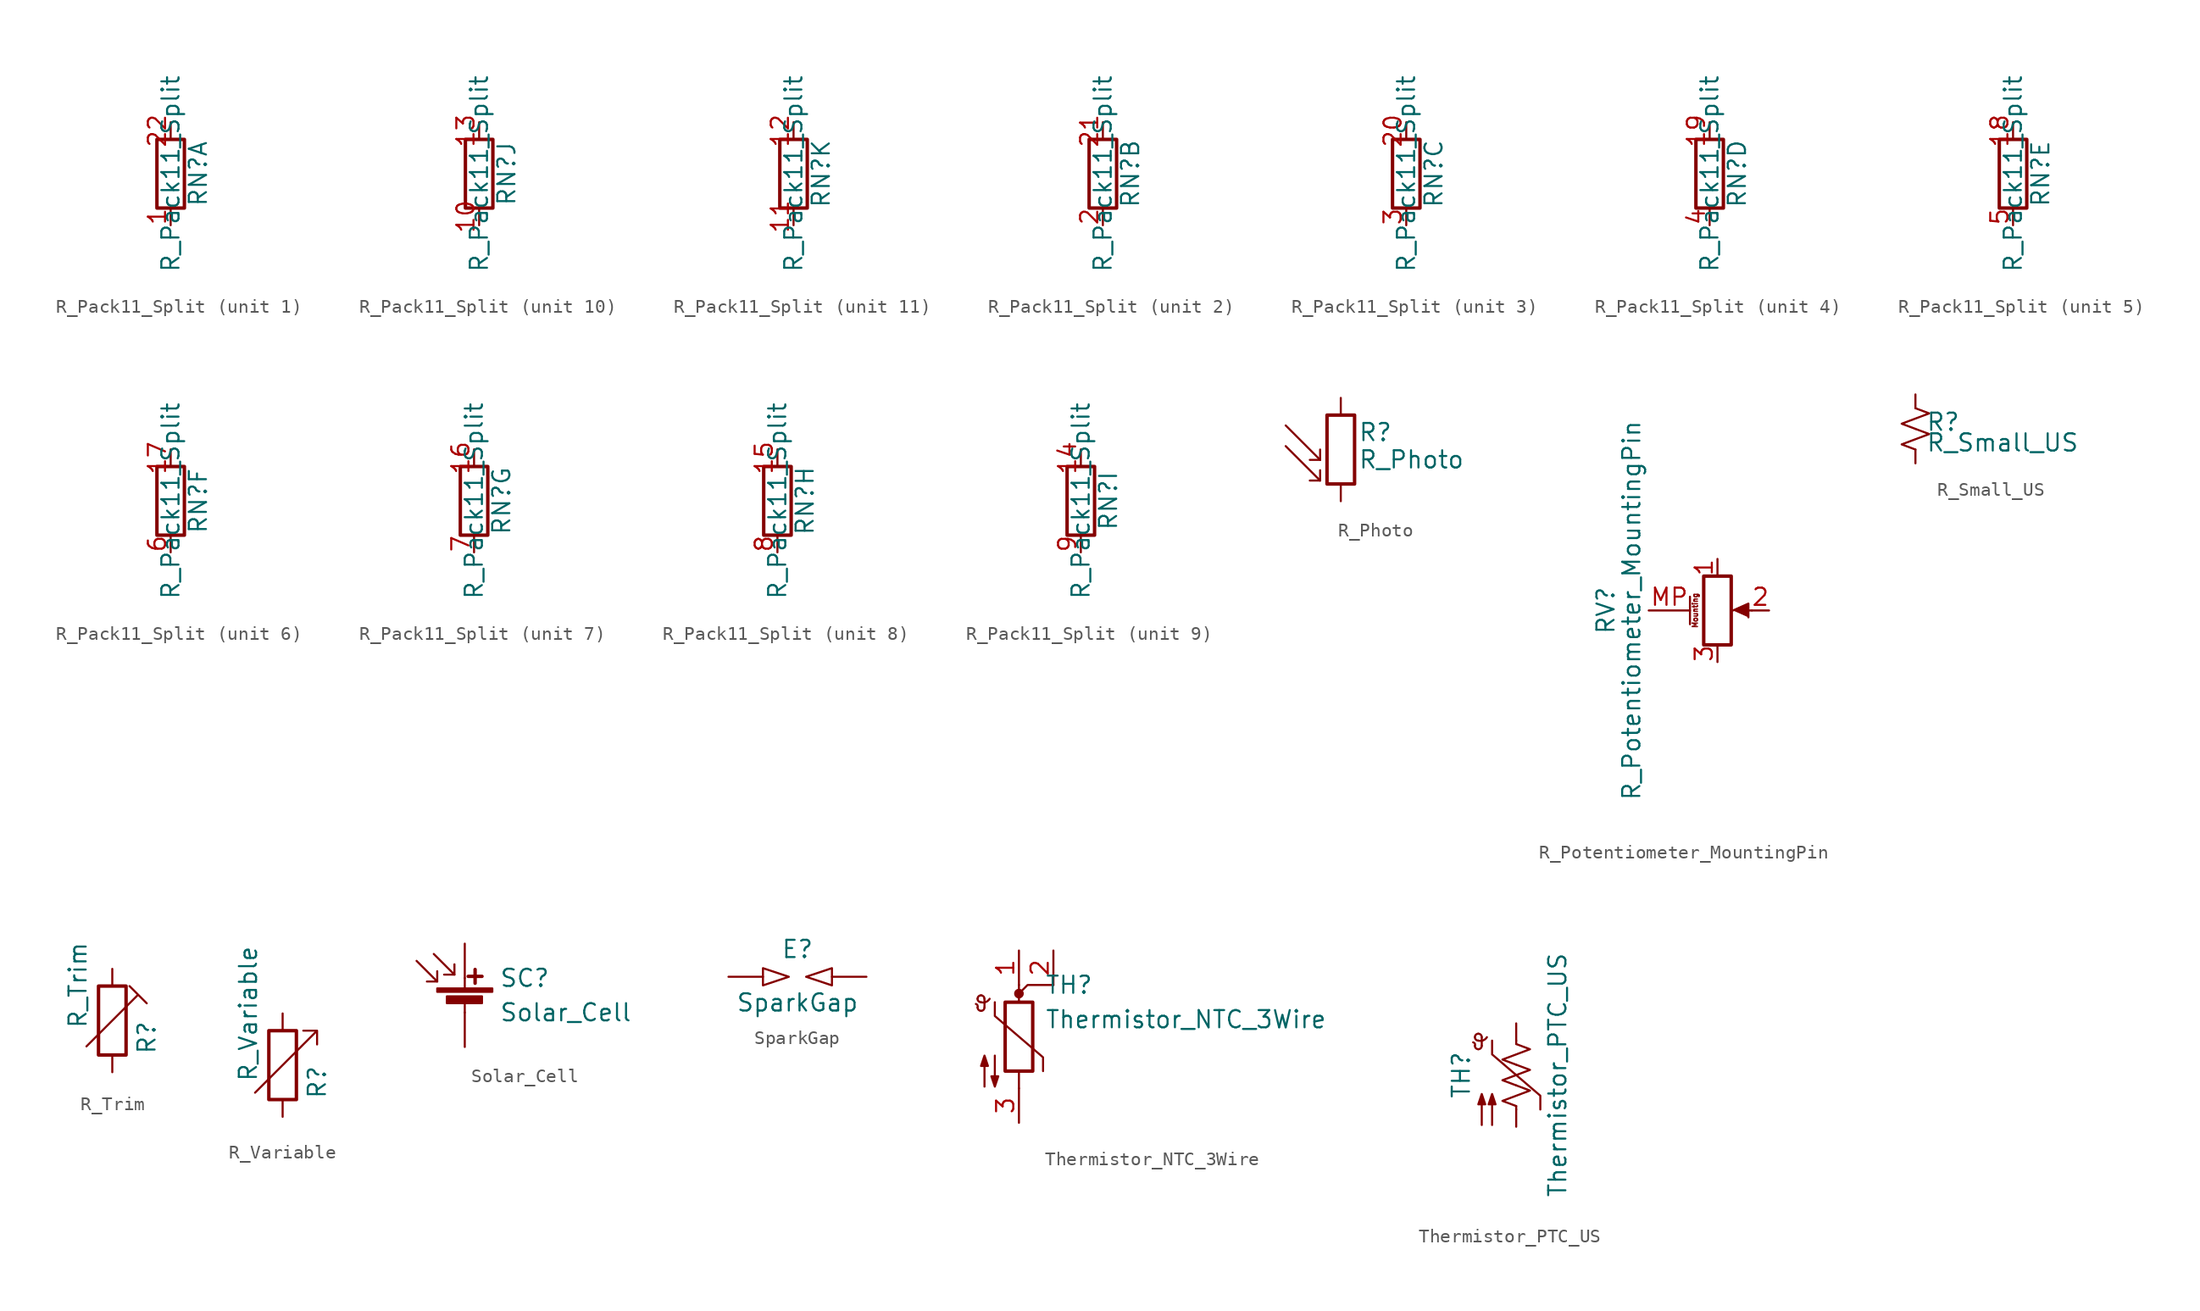
<source format=kicad_sym>
(kicad_symbol_lib
  (version 20211014)
  (generator kicad_symbol_editor)
  (symbol "R_Pack11_Split"
    (pin_names
      (offset 0) hide)
    (property "Reference" "RN"
      (at 2.032 0 90)
      (effects (font (size 1.27 1.27))))
    (property "Value" "R_Pack11_Split"
      (at 0 0 90)
      (effects (font (size 1.27 1.27))))
    (symbol "R_Pack11_Split_0_1"
      (rectangle (start 1.016 2.54) (end -1.016 -2.54) (stroke (width 0.254) (type default) (color 0 0 0 0)) (fill (type none))))
    (symbol "R_Pack11_Split_1_1"
      (pin passive line (at 0 -3.81 90) (length 1.27) (name "R1.1" (effects (font (size 1.27 1.27)))) (number "1" (effects (font (size 1.27 1.27)))))
      (pin passive line (at 0 3.81 270) (length 1.27) (name "R1.2" (effects (font (size 1.27 1.27)))) (number "22" (effects (font (size 1.27 1.27))))))
    (symbol "R_Pack11_Split_2_1"
      (pin passive line (at 0 -3.81 90) (length 1.27) (name "R2.1" (effects (font (size 1.27 1.27)))) (number "2" (effects (font (size 1.27 1.27)))))
      (pin passive line (at 0 3.81 270) (length 1.27) (name "R2.2" (effects (font (size 1.27 1.27)))) (number "21" (effects (font (size 1.27 1.27))))))
    (symbol "R_Pack11_Split_3_1"
      (pin passive line (at 0 3.81 270) (length 1.27) (name "R3.2" (effects (font (size 1.27 1.27)))) (number "20" (effects (font (size 1.27 1.27)))))
      (pin passive line (at 0 -3.81 90) (length 1.27) (name "R3.1" (effects (font (size 1.27 1.27)))) (number "3" (effects (font (size 1.27 1.27))))))
    (symbol "R_Pack11_Split_4_1"
      (pin passive line (at 0 3.81 270) (length 1.27) (name "R4.2" (effects (font (size 1.27 1.27)))) (number "19" (effects (font (size 1.27 1.27)))))
      (pin passive line (at 0 -3.81 90) (length 1.27) (name "R4.1" (effects (font (size 1.27 1.27)))) (number "4" (effects (font (size 1.27 1.27))))))
    (symbol "R_Pack11_Split_5_1"
      (pin passive line (at 0 3.81 270) (length 1.27) (name "R5.2" (effects (font (size 1.27 1.27)))) (number "18" (effects (font (size 1.27 1.27)))))
      (pin passive line (at 0 -3.81 90) (length 1.27) (name "R5.1" (effects (font (size 1.27 1.27)))) (number "5" (effects (font (size 1.27 1.27))))))
    (symbol "R_Pack11_Split_6_1"
      (pin passive line (at 0 3.81 270) (length 1.27) (name "R6.2" (effects (font (size 1.27 1.27)))) (number "17" (effects (font (size 1.27 1.27)))))
      (pin passive line (at 0 -3.81 90) (length 1.27) (name "R6.1" (effects (font (size 1.27 1.27)))) (number "6" (effects (font (size 1.27 1.27))))))
    (symbol "R_Pack11_Split_7_1"
      (pin passive line (at 0 3.81 270) (length 1.27) (name "R7.2" (effects (font (size 1.27 1.27)))) (number "16" (effects (font (size 1.27 1.27)))))
      (pin passive line (at 0 -3.81 90) (length 1.27) (name "R7.1" (effects (font (size 1.27 1.27)))) (number "7" (effects (font (size 1.27 1.27))))))
    (symbol "R_Pack11_Split_8_1"
      (pin passive line (at 0 3.81 270) (length 1.27) (name "R8.2" (effects (font (size 1.27 1.27)))) (number "15" (effects (font (size 1.27 1.27)))))
      (pin passive line (at 0 -3.81 90) (length 1.27) (name "R8.1" (effects (font (size 1.27 1.27)))) (number "8" (effects (font (size 1.27 1.27))))))
    (symbol "R_Pack11_Split_9_1"
      (pin passive line (at 0 3.81 270) (length 1.27) (name "R9.2" (effects (font (size 1.27 1.27)))) (number "14" (effects (font (size 1.27 1.27)))))
      (pin passive line (at 0 -3.81 90) (length 1.27) (name "R9.1" (effects (font (size 1.27 1.27)))) (number "9" (effects (font (size 1.27 1.27))))))
    (symbol "R_Pack11_Split_10_1"
      (pin passive line (at 0 -3.81 90) (length 1.27) (name "R10.1" (effects (font (size 1.27 1.27)))) (number "10" (effects (font (size 1.27 1.27)))))
      (pin passive line (at 0 3.81 270) (length 1.27) (name "R10.2" (effects (font (size 1.27 1.27)))) (number "13" (effects (font (size 1.27 1.27))))))
    (symbol "R_Pack11_Split_11_1"
      (pin passive line (at 0 -3.81 90) (length 1.27) (name "R11.1" (effects (font (size 1.27 1.27)))) (number "11" (effects (font (size 1.27 1.27)))))
      (pin passive line (at 0 3.81 270) (length 1.27) (name "R11.2" (effects (font (size 1.27 1.27)))) (number "12" (effects (font (size 1.27 1.27)))))))
  (symbol "R_Photo"
    (pin_numbers hide)
    (pin_names
      (offset 0))
    (property "Reference" "R"
      (at 1.27 1.27 0)
      (effects (font (size 1.27 1.27)) (justify left)))
    (property "Value" "R_Photo"
      (at 1.27 0 0)
      (effects (font (size 1.27 1.27)) (justify left top)))
    (symbol "R_Photo_0_1"
      (rectangle (start -1.016 2.54) (end 1.016 -2.54) (stroke (width 0.254) (type default) (color 0 0 0 0)) (fill (type none)))
      (polyline (pts (xy -1.524 -2.286) (xy -4.064 0.254)) (stroke (width 0) (type default) (color 0 0 0 0)) (fill (type none)))
      (polyline (pts (xy -1.524 -2.286) (xy -2.286 -2.286)) (stroke (width 0) (type default) (color 0 0 0 0)) (fill (type none)))
      (polyline (pts (xy -1.524 -2.286) (xy -1.524 -1.524)) (stroke (width 0) (type default) (color 0 0 0 0)) (fill (type none)))
      (polyline (pts (xy -1.524 -0.762) (xy -4.064 1.778)) (stroke (width 0) (type default) (color 0 0 0 0)) (fill (type none)))
      (polyline (pts (xy -1.524 -0.762) (xy -2.286 -0.762)) (stroke (width 0) (type default) (color 0 0 0 0)) (fill (type none)))
      (polyline (pts (xy -1.524 -0.762) (xy -1.524 0)) (stroke (width 0) (type default) (color 0 0 0 0)) (fill (type none))))
    (symbol "R_Photo_1_1"
      (pin passive line (at 0 3.81 270) (length 1.27) (name "~" (effects (font (size 1.27 1.27)))) (number "1" (effects (font (size 1.27 1.27)))))
      (pin passive line (at 0 -3.81 90) (length 1.27) (name "~" (effects (font (size 1.27 1.27)))) (number "2" (effects (font (size 1.27 1.27)))))))
  (symbol "R_Potentiometer_MountingPin"
    (pin_names
      (offset 1.016) hide)
    (property "Reference" "RV"
      (at -8.255 0 90)
      (effects (font (size 1.27 1.27))))
    (property "Value" "R_Potentiometer_MountingPin"
      (at -6.35 0 90)
      (effects (font (size 1.27 1.27))))
    (symbol "R_Potentiometer_MountingPin_0_1"
      (polyline (pts (xy 2.54 0) (xy 1.524 0)) (stroke (width 0) (type default) (color 0 0 0 0)) (fill (type none)))
      (polyline (pts (xy 1.143 0) (xy 2.286 0.508) (xy 2.286 -0.508)) (stroke (width 0) (type default) (color 0 0 0 0)) (fill (type outline)))
      (rectangle (start 1.016 2.54) (end -1.016 -2.54) (stroke (width 0.254) (type default) (color 0 0 0 0)) (fill (type none))))
    (symbol "R_Potentiometer_MountingPin_1_1"
      (polyline (pts (xy -2.032 1.016) (xy -2.032 -1.016)) (stroke (width 0.152) (type default) (color 0 0 0 0)) (fill (type none)))
      (text "Mounting" (at -1.651 0 900) (effects (font (size 0.381 0.381))))
      (pin passive line (at 0 3.81 270) (length 1.27) (name "1" (effects (font (size 1.27 1.27)))) (number "1" (effects (font (size 1.27 1.27)))))
      (pin passive line (at 3.81 0 180) (length 1.27) (name "2" (effects (font (size 1.27 1.27)))) (number "2" (effects (font (size 1.27 1.27)))))
      (pin passive line (at 0 -3.81 90) (length 1.27) (name "3" (effects (font (size 1.27 1.27)))) (number "3" (effects (font (size 1.27 1.27)))))
      (pin passive line (at -5.08 0 0) (length 3.048) (name "MountPin" (effects (font (size 1.27 1.27)))) (number "MP" (effects (font (size 1.27 1.27)))))))
  (symbol "R_Small_US"
    (pin_numbers hide)
    (pin_names
      (offset 0.254) hide)
    (property "Reference" "R"
      (at 0.762 0.508 0)
      (effects (font (size 1.27 1.27)) (justify left)))
    (property "Value" "R_Small_US"
      (at 0.762 -1.016 0)
      (effects (font (size 1.27 1.27)) (justify left)))
    (symbol "R_Small_US_1_1"
      (polyline (pts (xy 0 0) (xy 1.016 -0.381) (xy 0 -0.762) (xy -1.016 -1.143) (xy 0 -1.524)) (stroke (width 0) (type default) (color 0 0 0 0)) (fill (type none)))
      (polyline (pts (xy 0 1.524) (xy 1.016 1.143) (xy 0 0.762) (xy -1.016 0.381) (xy 0 0)) (stroke (width 0) (type default) (color 0 0 0 0)) (fill (type none)))
      (pin passive line (at 0 2.54 270) (length 1.016) (name "~" (effects (font (size 1.27 1.27)))) (number "1" (effects (font (size 1.27 1.27)))))
      (pin passive line (at 0 -2.54 90) (length 1.016) (name "~" (effects (font (size 1.27 1.27)))) (number "2" (effects (font (size 1.27 1.27)))))))
  (symbol "R_Trim"
    (pin_numbers hide)
    (pin_names
      (offset 0))
    (property "Reference" "R"
      (at 2.54 -2.54 90)
      (effects (font (size 1.27 1.27)) (justify left)))
    (property "Value" "R_Trim"
      (at -2.54 -0.635 90)
      (effects (font (size 1.27 1.27)) (justify left)))
    (symbol "R_Trim_0_1"
      (rectangle (start -1.016 -2.54) (end 1.016 2.54) (stroke (width 0.254) (type default) (color 0 0 0 0)) (fill (type none)))
      (polyline (pts (xy -1.905 -1.905) (xy 1.905 1.905) (xy 2.54 1.27) (xy 1.27 2.54)) (stroke (width 0) (type default) (color 0 0 0 0)) (fill (type none))))
    (symbol "R_Trim_1_1"
      (pin passive line (at 0 3.81 270) (length 1.27) (name "~" (effects (font (size 1.27 1.27)))) (number "1" (effects (font (size 1.27 1.27)))))
      (pin passive line (at 0 -3.81 90) (length 1.27) (name "~" (effects (font (size 1.27 1.27)))) (number "2" (effects (font (size 1.27 1.27)))))))
  (symbol "R_Variable"
    (pin_numbers hide)
    (pin_names
      (offset 0))
    (property "Reference" "R"
      (at 2.54 -2.54 90)
      (effects (font (size 1.27 1.27)) (justify left)))
    (property "Value" "R_Variable"
      (at -2.54 -1.27 90)
      (effects (font (size 1.27 1.27)) (justify left)))
    (symbol "R_Variable_0_1"
      (rectangle (start -1.016 -2.54) (end 1.016 2.54) (stroke (width 0.254) (type default) (color 0 0 0 0)) (fill (type none)))
      (polyline (pts (xy 2.54 1.524) (xy 2.54 2.54) (xy 1.524 2.54) (xy 2.54 2.54) (xy -2.032 -2.032)) (stroke (width 0) (type default) (color 0 0 0 0)) (fill (type none))))
    (symbol "R_Variable_1_1"
      (pin passive line (at 0 3.81 270) (length 1.27) (name "~" (effects (font (size 1.27 1.27)))) (number "1" (effects (font (size 1.27 1.27)))))
      (pin passive line (at 0 -3.81 90) (length 1.27) (name "~" (effects (font (size 1.27 1.27)))) (number "2" (effects (font (size 1.27 1.27)))))))
  (symbol "Solar_Cell"
    (pin_numbers hide)
    (pin_names
      (offset 0) hide)
    (property "Reference" "SC"
      (at 2.54 2.54 0)
      (effects (font (size 1.27 1.27)) (justify left)))
    (property "Value" "Solar_Cell"
      (at 2.54 0 0)
      (effects (font (size 1.27 1.27)) (justify left)))
    (symbol "Solar_Cell_0_1"
      (rectangle (start -2.032 1.778) (end 2.032 1.524) (stroke (width 0) (type default) (color 0 0 0 0)) (fill (type outline)))
      (rectangle (start -1.321 1.194) (end 1.27 0.686) (stroke (width 0) (type default) (color 0 0 0 0)) (fill (type outline)))
      (polyline (pts (xy -2.032 2.286) (xy -3.556 3.81)) (stroke (width 0) (type default) (color 0 0 0 0)) (fill (type none)))
      (polyline (pts (xy -0.762 2.794) (xy -2.286 4.318)) (stroke (width 0) (type default) (color 0 0 0 0)) (fill (type none)))
      (polyline (pts (xy 0 0.762) (xy 0 0)) (stroke (width 0) (type default) (color 0 0 0 0)) (fill (type none)))
      (polyline (pts (xy 0 1.778) (xy 0 2.54)) (stroke (width 0) (type default) (color 0 0 0 0)) (fill (type none)))
      (polyline (pts (xy 0.254 2.667) (xy 1.27 2.667)) (stroke (width 0.254) (type default) (color 0 0 0 0)) (fill (type none)))
      (polyline (pts (xy 0.762 3.175) (xy 0.762 2.159)) (stroke (width 0.254) (type default) (color 0 0 0 0)) (fill (type none)))
      (polyline (pts (xy -2.032 3.048) (xy -2.032 2.286) (xy -2.794 2.286)) (stroke (width 0) (type default) (color 0 0 0 0)) (fill (type none)))
      (polyline (pts (xy -0.762 3.556) (xy -0.762 2.794) (xy -1.524 2.794)) (stroke (width 0) (type default) (color 0 0 0 0)) (fill (type none))))
    (symbol "Solar_Cell_1_1"
      (pin passive line (at 0 5.08 270) (length 2.54) (name "+" (effects (font (size 1.27 1.27)))) (number "1" (effects (font (size 1.27 1.27)))))
      (pin passive line (at 0 -2.54 90) (length 2.54) (name "-" (effects (font (size 1.27 1.27)))) (number "2" (effects (font (size 1.27 1.27)))))))
  (symbol "SparkGap"
    (pin_numbers hide)
    (pin_names
      (offset 0))
    (property "Reference" "E"
      (at 0 2.032 0)
      (effects (font (size 1.27 1.27))))
    (property "Value" "SparkGap"
      (at 0 -1.905 0)
      (effects (font (size 1.27 1.27))))
    (symbol "SparkGap_0_1"
      (polyline (pts (xy -2.54 0.635) (xy -2.54 -0.635) (xy -0.635 0) (xy -2.54 0.635)) (stroke (width 0) (type default) (color 0 0 0 0)) (fill (type none)))
      (polyline (pts (xy 2.54 0.635) (xy 2.54 -0.635) (xy 0.635 0) (xy 2.54 0.635)) (stroke (width 0) (type default) (color 0 0 0 0)) (fill (type none))))
    (symbol "SparkGap_1_1"
      (pin passive line (at -5.08 0 0) (length 2.54) (name "~" (effects (font (size 1.27 1.27)))) (number "1" (effects (font (size 1.27 1.27)))))
      (pin passive line (at 5.08 0 180) (length 2.54) (name "~" (effects (font (size 1.27 1.27)))) (number "2" (effects (font (size 1.27 1.27)))))))
  (symbol "Thermistor_NTC_3Wire"
    (pin_names
      (offset 0))
    (property "Reference" "TH"
      (at 1.905 3.81 0)
      (effects (font (size 1.27 1.27)) (justify left)))
    (property "Value" "Thermistor_NTC_3Wire"
      (at 1.905 1.27 0)
      (effects (font (size 1.27 1.27)) (justify left)))
    (symbol "Thermistor_NTC_3Wire_0_1"
      (arc (start -3.048 2.159) (mid -3.0505 2.3165) (end -3.175 2.413) (stroke (width 0) (type default) (color 0 0 0 0)) (fill (type none)))
      (arc (start -3.048 2.159) (mid -2.9736 1.9794) (end -2.794 1.905) (stroke (width 0) (type default) (color 0 0 0 0)) (fill (type none)))
      (arc (start -3.048 2.794) (mid -2.9736 2.6144) (end -2.794 2.54) (stroke (width 0) (type default) (color 0 0 0 0)) (fill (type none)))
      (arc (start -2.794 1.905) (mid -2.6144 1.9794) (end -2.54 2.159) (stroke (width 0) (type default) (color 0 0 0 0)) (fill (type none)))
      (arc (start -2.794 2.54) (mid -2.434 2.5608) (end -2.159 2.794) (stroke (width 0) (type default) (color 0 0 0 0)) (fill (type none)))
      (arc (start -2.794 3.048) (mid -2.9736 2.9736) (end -3.048 2.794) (stroke (width 0) (type default) (color 0 0 0 0)) (fill (type none)))
      (arc (start -2.54 2.794) (mid -2.6144 2.9736) (end -2.794 3.048) (stroke (width 0) (type default) (color 0 0 0 0)) (fill (type none)))
      (rectangle (start -1.016 2.54) (end 1.016 -2.54) (stroke (width 0.254) (type default) (color 0 0 0 0)) (fill (type none)))
      (polyline (pts (xy -2.54 2.159) (xy -2.54 2.794)) (stroke (width 0) (type default) (color 0 0 0 0)) (fill (type none)))
      (polyline (pts (xy 0 -3.81) (xy 0 -2.54)) (stroke (width 0) (type default) (color 0 0 0 0)) (fill (type none)))
      (polyline (pts (xy 0 3.81) (xy 0 2.54)) (stroke (width 0) (type default) (color 0 0 0 0)) (fill (type none)))
      (polyline (pts (xy 2.54 3.81) (xy 0.635 3.81) (xy 0 3.175)) (stroke (width 0) (type default) (color 0 0 0 0)) (fill (type none)))
      (polyline (pts (xy -1.778 2.54) (xy -1.778 1.524) (xy 1.778 -1.524) (xy 1.778 -2.54)) (stroke (width 0) (type default) (color 0 0 0 0)) (fill (type none)))
      (polyline (pts (xy -2.54 -3.683) (xy -2.54 -1.397) (xy -2.794 -2.159) (xy -2.286 -2.159) (xy -2.54 -1.397) (xy -2.54 -1.651)) (stroke (width 0) (type default) (color 0 0 0 0)) (fill (type outline)))
      (polyline (pts (xy -1.778 -1.397) (xy -1.778 -3.683) (xy -2.032 -2.921) (xy -1.524 -2.921) (xy -1.778 -3.683) (xy -1.778 -3.429)) (stroke (width 0) (type default) (color 0 0 0 0)) (fill (type outline)))
      (circle (center 0 3.175) (radius 0.279) (stroke (width 0) (type default) (color 0 0 0 0)) (fill (type outline))))
    (symbol "Thermistor_NTC_3Wire_1_1"
      (pin passive line (at 0 6.35 270) (length 2.54) (name "~" (effects (font (size 1.27 1.27)))) (number "1" (effects (font (size 1.27 1.27)))))
      (pin passive line (at 2.54 6.35 270) (length 2.54) (name "~" (effects (font (size 1.27 1.27)))) (number "2" (effects (font (size 1.27 1.27)))))
      (pin passive line (at 0 -6.35 90) (length 2.54) (name "~" (effects (font (size 1.27 1.27)))) (number "3" (effects (font (size 1.27 1.27)))))))
  (symbol "Thermistor_PTC_US"
    (pin_numbers hide)
    (pin_names
      (offset 0))
    (property "Reference" "TH"
      (at -4.064 0 90)
      (effects (font (size 1.27 1.27))))
    (property "Value" "Thermistor_PTC_US"
      (at 3.048 0 90)
      (effects (font (size 1.27 1.27))))
    (symbol "Thermistor_PTC_US_0_1"
      (arc (start -3.048 2.159) (mid -3.0505 2.3165) (end -3.175 2.413) (stroke (width 0) (type default) (color 0 0 0 0)) (fill (type none)))
      (arc (start -3.048 2.159) (mid -2.9736 1.9794) (end -2.794 1.905) (stroke (width 0) (type default) (color 0 0 0 0)) (fill (type none)))
      (arc (start -3.048 2.794) (mid -2.9736 2.6144) (end -2.794 2.54) (stroke (width 0) (type default) (color 0 0 0 0)) (fill (type none)))
      (arc (start -2.794 1.905) (mid -2.6144 1.9794) (end -2.54 2.159) (stroke (width 0) (type default) (color 0 0 0 0)) (fill (type none)))
      (arc (start -2.794 2.54) (mid -2.434 2.5608) (end -2.159 2.794) (stroke (width 0) (type default) (color 0 0 0 0)) (fill (type none)))
      (arc (start -2.794 3.048) (mid -2.9736 2.9736) (end -3.048 2.794) (stroke (width 0) (type default) (color 0 0 0 0)) (fill (type none)))
      (arc (start -2.54 2.794) (mid -2.6144 2.9736) (end -2.794 3.048) (stroke (width 0) (type default) (color 0 0 0 0)) (fill (type none)))
      (polyline (pts (xy -2.54 2.159) (xy -2.54 2.794)) (stroke (width 0) (type default) (color 0 0 0 0)) (fill (type none)))
      (polyline (pts (xy 0 -2.286) (xy 0 -2.54)) (stroke (width 0) (type default) (color 0 0 0 0)) (fill (type none)))
      (polyline (pts (xy 0 2.286) (xy 0 2.54)) (stroke (width 0) (type default) (color 0 0 0 0)) (fill (type none)))
      (polyline (pts (xy -1.778 2.54) (xy -1.778 1.524) (xy 1.778 -1.524) (xy 1.778 -2.54)) (stroke (width 0) (type default) (color 0 0 0 0)) (fill (type none)))
      (polyline (pts (xy 0 -0.762) (xy 1.016 -1.143) (xy 0 -1.524) (xy -1.016 -1.905) (xy 0 -2.286)) (stroke (width 0) (type default) (color 0 0 0 0)) (fill (type none)))
      (polyline (pts (xy 0 0.762) (xy 1.016 0.381) (xy 0 0) (xy -1.016 -0.381) (xy 0 -0.762)) (stroke (width 0) (type default) (color 0 0 0 0)) (fill (type none)))
      (polyline (pts (xy 0 2.286) (xy 1.016 1.905) (xy 0 1.524) (xy -1.016 1.143) (xy 0 0.762)) (stroke (width 0) (type default) (color 0 0 0 0)) (fill (type none)))
      (polyline (pts (xy -2.54 -3.683) (xy -2.54 -1.397) (xy -2.794 -2.159) (xy -2.286 -2.159) (xy -2.54 -1.397) (xy -2.54 -1.651)) (stroke (width 0) (type default) (color 0 0 0 0)) (fill (type outline)))
      (polyline (pts (xy -1.778 -3.683) (xy -1.778 -1.397) (xy -2.032 -2.159) (xy -1.524 -2.159) (xy -1.778 -1.397) (xy -1.778 -1.651)) (stroke (width 0) (type default) (color 0 0 0 0)) (fill (type outline))))
    (symbol "Thermistor_PTC_US_1_1"
      (pin passive line (at 0 3.81 270) (length 1.27) (name "~" (effects (font (size 1.27 1.27)))) (number "1" (effects (font (size 1.27 1.27)))))
      (pin passive line (at 0 -3.81 90) (length 1.27) (name "~" (effects (font (size 1.27 1.27)))) (number "2" (effects (font (size 1.27 1.27))))))))
</source>
